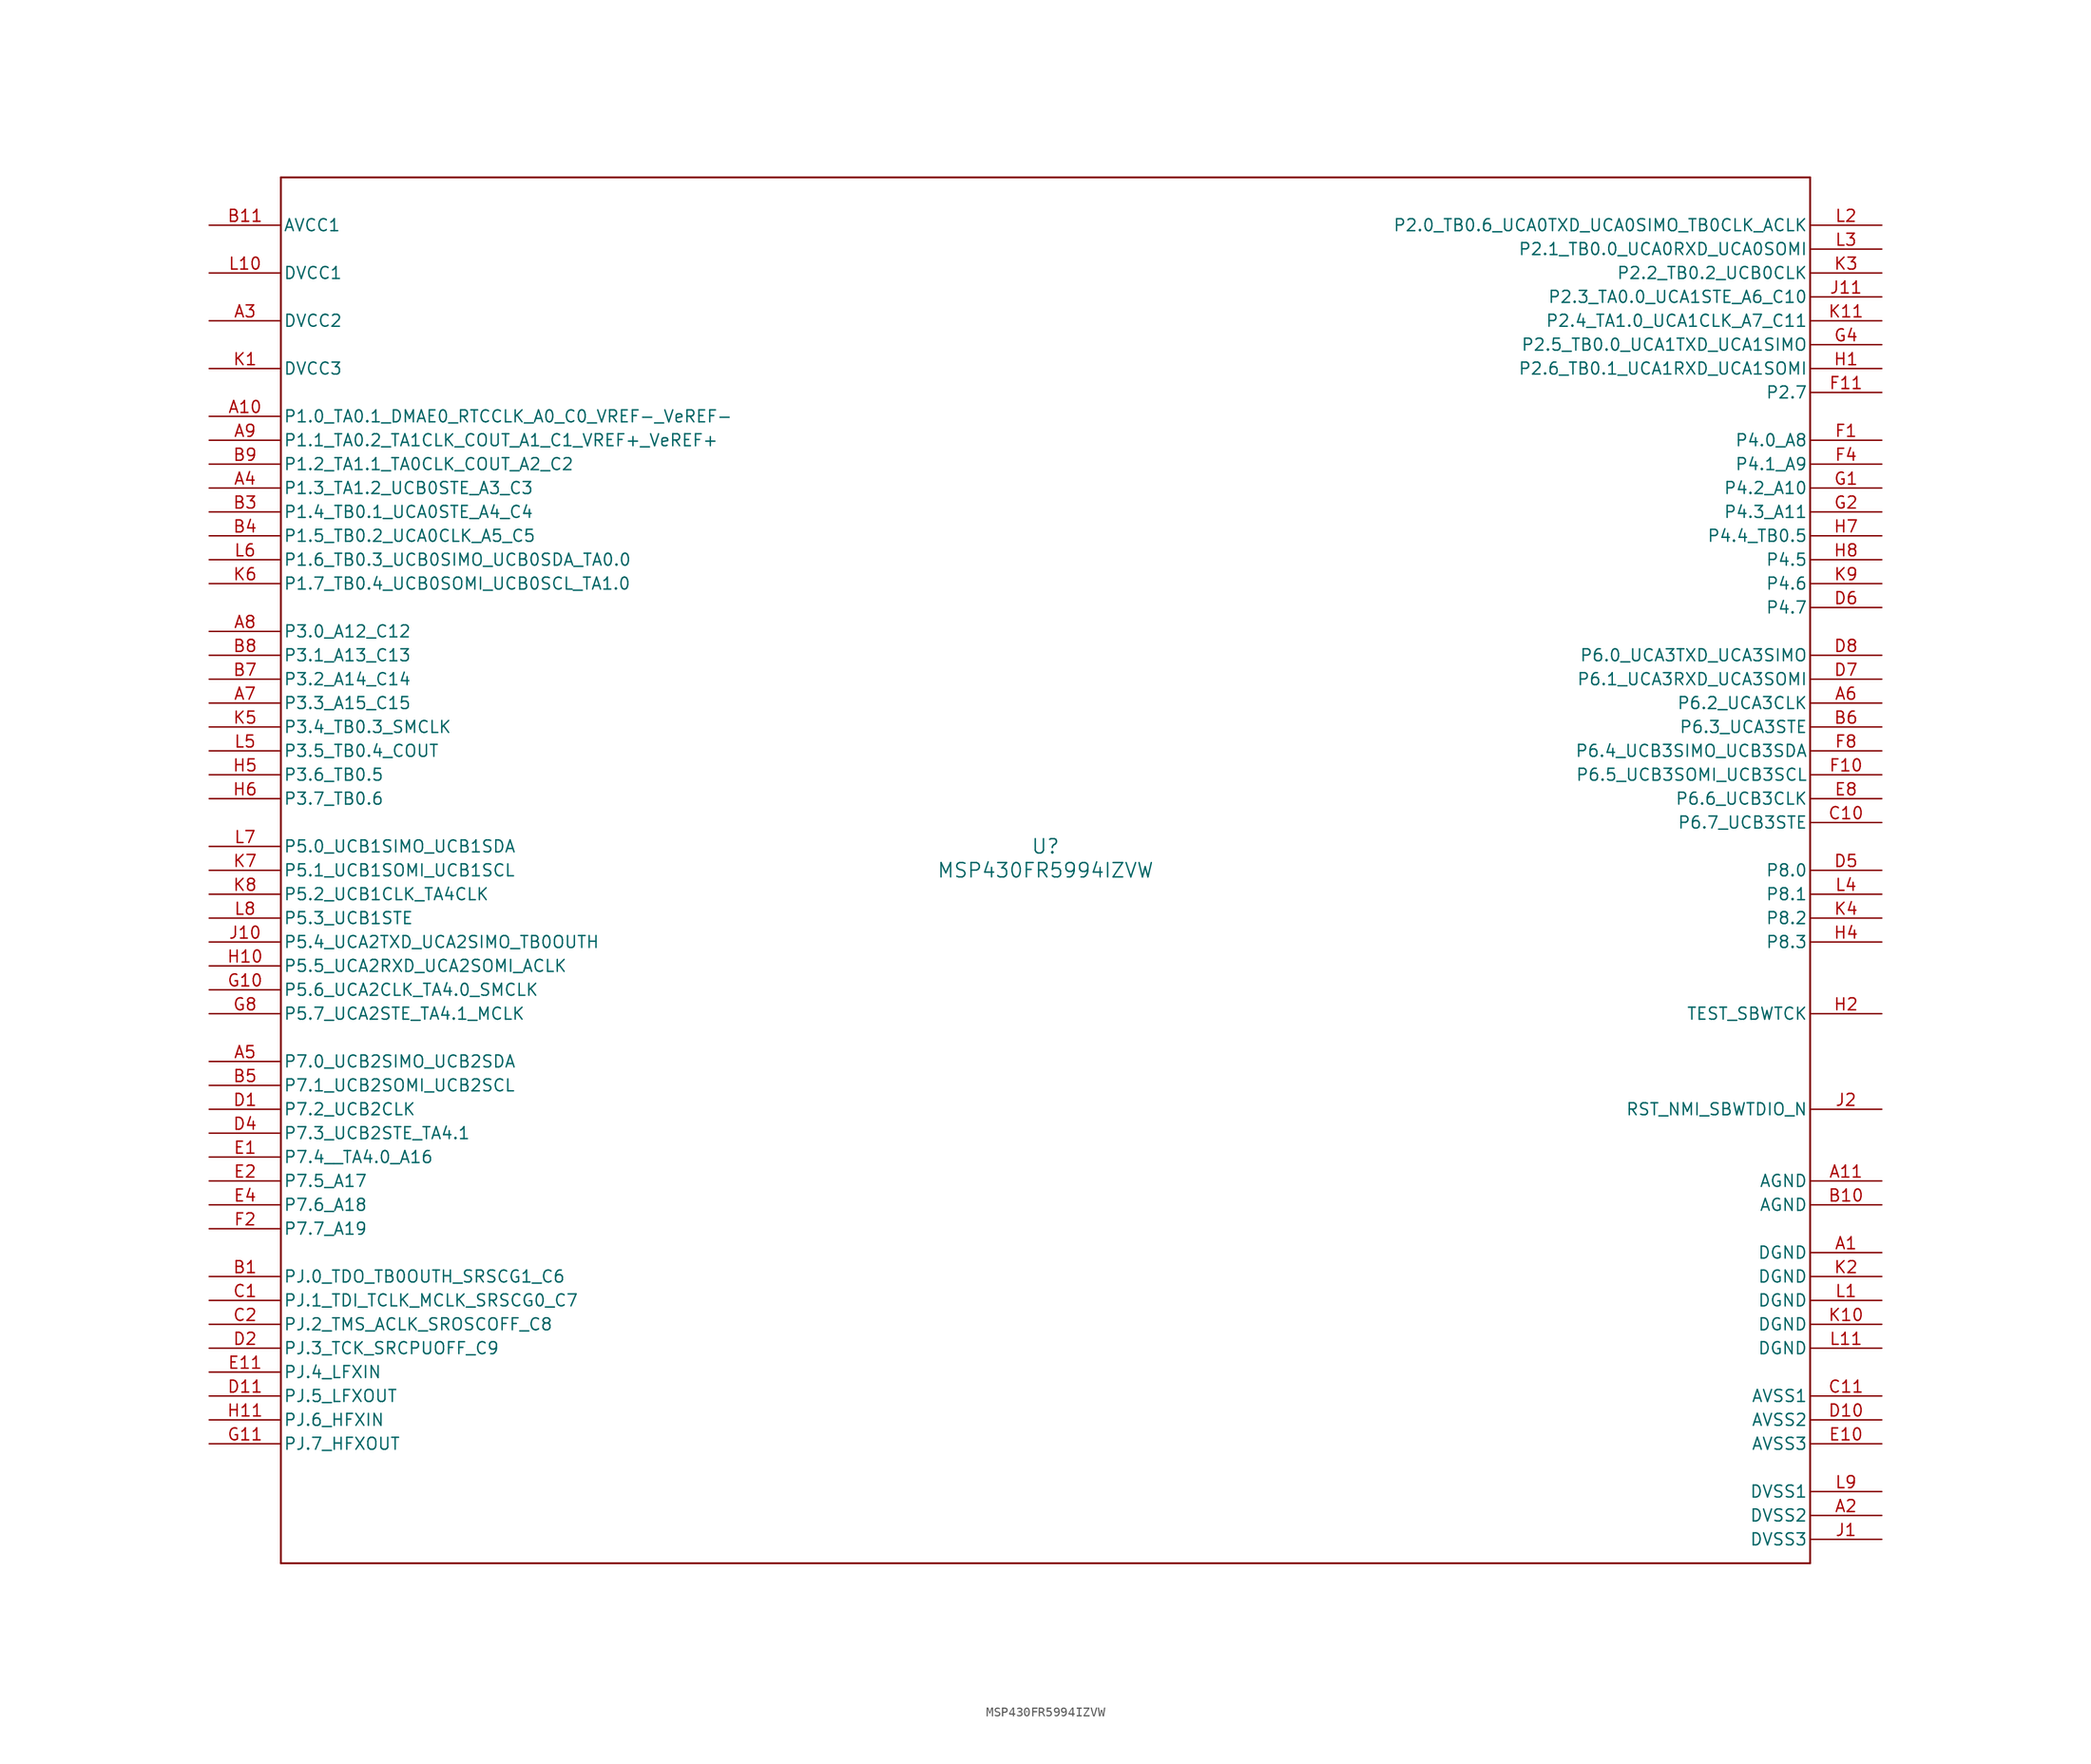
<source format=kicad_sym>
(kicad_symbol_lib
  (version 20211014)
  (generator kicad_symbol_editor)
  (symbol "MSP430FR5994IZVW"
    (pin_names
      (offset 0.254))
    (property "Reference" "U"
      (at 0 2.54 0)
      (effects (font (size 1.524 1.524))))
    (property "Value" "MSP430FR5994IZVW"
      (at 0 0 0)
      (effects (font (size 1.524 1.524))))
    (symbol "MSP430FR5994IZVW_0_1"
      (polyline (pts (xy -81.28 -73.66) (xy 81.28 -73.66)) (stroke (width 0.203) (type default) (color 0 0 0 0)) (fill (type none)))
      (polyline (pts (xy 81.28 -73.66) (xy 81.28 73.66)) (stroke (width 0.203) (type default) (color 0 0 0 0)) (fill (type none)))
      (polyline (pts (xy 81.28 73.66) (xy -81.28 73.66)) (stroke (width 0.203) (type default) (color 0 0 0 0)) (fill (type none)))
      (polyline (pts (xy -81.28 73.66) (xy -81.28 -73.66)) (stroke (width 0.203) (type default) (color 0 0 0 0)) (fill (type none)))
      (pin power_in line (at 88.9 -40.64 180) (length 7.62) (name "DGND" (effects (font (size 1.27 1.27)))) (number "A1" (effects (font (size 1.27 1.27)))))
      (pin power_in line (at 88.9 -68.58 180) (length 7.62) (name "DVSS2" (effects (font (size 1.27 1.27)))) (number "A2" (effects (font (size 1.27 1.27)))))
      (pin power_in line (at -88.9 58.42 0) (length 7.62) (name "DVCC2" (effects (font (size 1.27 1.27)))) (number "A3" (effects (font (size 1.27 1.27)))))
      (pin bidirectional line (at -88.9 40.64 0) (length 7.62) (name "P1.3_TA1.2_UCB0STE_A3_C3" (effects (font (size 1.27 1.27)))) (number "A4" (effects (font (size 1.27 1.27)))))
      (pin bidirectional line (at -88.9 -20.32 0) (length 7.62) (name "P7.0_UCB2SIMO_UCB2SDA" (effects (font (size 1.27 1.27)))) (number "A5" (effects (font (size 1.27 1.27)))))
      (pin bidirectional line (at 88.9 17.78 180) (length 7.62) (name "P6.2_UCA3CLK" (effects (font (size 1.27 1.27)))) (number "A6" (effects (font (size 1.27 1.27)))))
      (pin bidirectional line (at -88.9 17.78 0) (length 7.62) (name "P3.3_A15_C15" (effects (font (size 1.27 1.27)))) (number "A7" (effects (font (size 1.27 1.27)))))
      (pin bidirectional line (at -88.9 25.4 0) (length 7.62) (name "P3.0_A12_C12" (effects (font (size 1.27 1.27)))) (number "A8" (effects (font (size 1.27 1.27)))))
      (pin bidirectional line (at -88.9 45.72 0) (length 7.62) (name "P1.1_TA0.2_TA1CLK_COUT_A1_C1_VREF+_VeREF+" (effects (font (size 1.27 1.27)))) (number "A9" (effects (font (size 1.27 1.27)))))
      (pin bidirectional line (at -88.9 48.26 0) (length 7.62) (name "P1.0_TA0.1_DMAE0_RTCCLK_A0_C0_VREF-_VeREF-" (effects (font (size 1.27 1.27)))) (number "A10" (effects (font (size 1.27 1.27)))))
      (pin power_in line (at 88.9 -33.02 180) (length 7.62) (name "AGND" (effects (font (size 1.27 1.27)))) (number "A11" (effects (font (size 1.27 1.27)))))
      (pin bidirectional line (at -88.9 -43.18 0) (length 7.62) (name "PJ.0_TDO_TB0OUTH_SRSCG1_C6" (effects (font (size 1.27 1.27)))) (number "B1" (effects (font (size 1.27 1.27)))))
      (pin bidirectional line (at -88.9 38.1 0) (length 7.62) (name "P1.4_TB0.1_UCA0STE_A4_C4" (effects (font (size 1.27 1.27)))) (number "B3" (effects (font (size 1.27 1.27)))))
      (pin bidirectional line (at -88.9 35.56 0) (length 7.62) (name "P1.5_TB0.2_UCA0CLK_A5_C5" (effects (font (size 1.27 1.27)))) (number "B4" (effects (font (size 1.27 1.27)))))
      (pin bidirectional line (at -88.9 -22.86 0) (length 7.62) (name "P7.1_UCB2SOMI_UCB2SCL" (effects (font (size 1.27 1.27)))) (number "B5" (effects (font (size 1.27 1.27)))))
      (pin bidirectional line (at 88.9 15.24 180) (length 7.62) (name "P6.3_UCA3STE" (effects (font (size 1.27 1.27)))) (number "B6" (effects (font (size 1.27 1.27)))))
      (pin bidirectional line (at -88.9 20.32 0) (length 7.62) (name "P3.2_A14_C14" (effects (font (size 1.27 1.27)))) (number "B7" (effects (font (size 1.27 1.27)))))
      (pin bidirectional line (at -88.9 22.86 0) (length 7.62) (name "P3.1_A13_C13" (effects (font (size 1.27 1.27)))) (number "B8" (effects (font (size 1.27 1.27)))))
      (pin bidirectional line (at -88.9 43.18 0) (length 7.62) (name "P1.2_TA1.1_TA0CLK_COUT_A2_C2" (effects (font (size 1.27 1.27)))) (number "B9" (effects (font (size 1.27 1.27)))))
      (pin power_in line (at 88.9 -35.56 180) (length 7.62) (name "AGND" (effects (font (size 1.27 1.27)))) (number "B10" (effects (font (size 1.27 1.27)))))
      (pin power_in line (at -88.9 68.58 0) (length 7.62) (name "AVCC1" (effects (font (size 1.27 1.27)))) (number "B11" (effects (font (size 1.27 1.27)))))
      (pin bidirectional line (at -88.9 -45.72 0) (length 7.62) (name "PJ.1_TDI_TCLK_MCLK_SRSCG0_C7" (effects (font (size 1.27 1.27)))) (number "C1" (effects (font (size 1.27 1.27)))))
      (pin bidirectional line (at -88.9 -48.26 0) (length 7.62) (name "PJ.2_TMS_ACLK_SROSCOFF_C8" (effects (font (size 1.27 1.27)))) (number "C2" (effects (font (size 1.27 1.27)))))
      (pin bidirectional line (at 88.9 5.08 180) (length 7.62) (name "P6.7_UCB3STE" (effects (font (size 1.27 1.27)))) (number "C10" (effects (font (size 1.27 1.27)))))
      (pin power_in line (at 88.9 -55.88 180) (length 7.62) (name "AVSS1" (effects (font (size 1.27 1.27)))) (number "C11" (effects (font (size 1.27 1.27)))))
      (pin bidirectional line (at -88.9 -25.4 0) (length 7.62) (name "P7.2_UCB2CLK" (effects (font (size 1.27 1.27)))) (number "D1" (effects (font (size 1.27 1.27)))))
      (pin bidirectional line (at -88.9 -50.8 0) (length 7.62) (name "PJ.3_TCK_SRCPUOFF_C9" (effects (font (size 1.27 1.27)))) (number "D2" (effects (font (size 1.27 1.27)))))
      (pin bidirectional line (at -88.9 -27.94 0) (length 7.62) (name "P7.3_UCB2STE_TA4.1" (effects (font (size 1.27 1.27)))) (number "D4" (effects (font (size 1.27 1.27)))))
      (pin bidirectional line (at 88.9 0 180) (length 7.62) (name "P8.0" (effects (font (size 1.27 1.27)))) (number "D5" (effects (font (size 1.27 1.27)))))
      (pin bidirectional line (at 88.9 27.94 180) (length 7.62) (name "P4.7" (effects (font (size 1.27 1.27)))) (number "D6" (effects (font (size 1.27 1.27)))))
      (pin bidirectional line (at 88.9 20.32 180) (length 7.62) (name "P6.1_UCA3RXD_UCA3SOMI" (effects (font (size 1.27 1.27)))) (number "D7" (effects (font (size 1.27 1.27)))))
      (pin bidirectional line (at 88.9 22.86 180) (length 7.62) (name "P6.0_UCA3TXD_UCA3SIMO" (effects (font (size 1.27 1.27)))) (number "D8" (effects (font (size 1.27 1.27)))))
      (pin power_in line (at 88.9 -58.42 180) (length 7.62) (name "AVSS2" (effects (font (size 1.27 1.27)))) (number "D10" (effects (font (size 1.27 1.27)))))
      (pin bidirectional line (at -88.9 -55.88 0) (length 7.62) (name "PJ.5_LFXOUT" (effects (font (size 1.27 1.27)))) (number "D11" (effects (font (size 1.27 1.27)))))
      (pin bidirectional line (at -88.9 -30.48 0) (length 7.62) (name "P7.4__TA4.0_A16" (effects (font (size 1.27 1.27)))) (number "E1" (effects (font (size 1.27 1.27)))))
      (pin bidirectional line (at -88.9 -33.02 0) (length 7.62) (name "P7.5_A17" (effects (font (size 1.27 1.27)))) (number "E2" (effects (font (size 1.27 1.27)))))
      (pin bidirectional line (at -88.9 -35.56 0) (length 7.62) (name "P7.6_A18" (effects (font (size 1.27 1.27)))) (number "E4" (effects (font (size 1.27 1.27)))))
      (pin bidirectional line (at 88.9 7.62 180) (length 7.62) (name "P6.6_UCB3CLK" (effects (font (size 1.27 1.27)))) (number "E8" (effects (font (size 1.27 1.27)))))
      (pin power_in line (at 88.9 -60.96 180) (length 7.62) (name "AVSS3" (effects (font (size 1.27 1.27)))) (number "E10" (effects (font (size 1.27 1.27)))))
      (pin bidirectional line (at -88.9 -53.34 0) (length 7.62) (name "PJ.4_LFXIN" (effects (font (size 1.27 1.27)))) (number "E11" (effects (font (size 1.27 1.27)))))
      (pin bidirectional line (at 88.9 45.72 180) (length 7.62) (name "P4.0_A8" (effects (font (size 1.27 1.27)))) (number "F1" (effects (font (size 1.27 1.27)))))
      (pin bidirectional line (at -88.9 -38.1 0) (length 7.62) (name "P7.7_A19" (effects (font (size 1.27 1.27)))) (number "F2" (effects (font (size 1.27 1.27)))))
      (pin bidirectional line (at 88.9 43.18 180) (length 7.62) (name "P4.1_A9" (effects (font (size 1.27 1.27)))) (number "F4" (effects (font (size 1.27 1.27)))))
      (pin bidirectional line (at 88.9 12.7 180) (length 7.62) (name "P6.4_UCB3SIMO_UCB3SDA" (effects (font (size 1.27 1.27)))) (number "F8" (effects (font (size 1.27 1.27)))))
      (pin bidirectional line (at 88.9 10.16 180) (length 7.62) (name "P6.5_UCB3SOMI_UCB3SCL" (effects (font (size 1.27 1.27)))) (number "F10" (effects (font (size 1.27 1.27)))))
      (pin bidirectional line (at 88.9 50.8 180) (length 7.62) (name "P2.7" (effects (font (size 1.27 1.27)))) (number "F11" (effects (font (size 1.27 1.27)))))
      (pin bidirectional line (at 88.9 40.64 180) (length 7.62) (name "P4.2_A10" (effects (font (size 1.27 1.27)))) (number "G1" (effects (font (size 1.27 1.27)))))
      (pin bidirectional line (at 88.9 38.1 180) (length 7.62) (name "P4.3_A11" (effects (font (size 1.27 1.27)))) (number "G2" (effects (font (size 1.27 1.27)))))
      (pin bidirectional line (at 88.9 55.88 180) (length 7.62) (name "P2.5_TB0.0_UCA1TXD_UCA1SIMO" (effects (font (size 1.27 1.27)))) (number "G4" (effects (font (size 1.27 1.27)))))
      (pin bidirectional line (at -88.9 -15.24 0) (length 7.62) (name "P5.7_UCA2STE_TA4.1_MCLK" (effects (font (size 1.27 1.27)))) (number "G8" (effects (font (size 1.27 1.27)))))
      (pin bidirectional line (at -88.9 -12.7 0) (length 7.62) (name "P5.6_UCA2CLK_TA4.0_SMCLK" (effects (font (size 1.27 1.27)))) (number "G10" (effects (font (size 1.27 1.27)))))
      (pin bidirectional line (at -88.9 -60.96 0) (length 7.62) (name "PJ.7_HFXOUT" (effects (font (size 1.27 1.27)))) (number "G11" (effects (font (size 1.27 1.27)))))
      (pin bidirectional line (at 88.9 53.34 180) (length 7.62) (name "P2.6_TB0.1_UCA1RXD_UCA1SOMI" (effects (font (size 1.27 1.27)))) (number "H1" (effects (font (size 1.27 1.27)))))
      (pin input line (at 88.9 -15.24 180) (length 7.62) (name "TEST_SBWTCK" (effects (font (size 1.27 1.27)))) (number "H2" (effects (font (size 1.27 1.27)))))
      (pin bidirectional line (at 88.9 -7.62 180) (length 7.62) (name "P8.3" (effects (font (size 1.27 1.27)))) (number "H4" (effects (font (size 1.27 1.27)))))
      (pin bidirectional line (at -88.9 10.16 0) (length 7.62) (name "P3.6_TB0.5" (effects (font (size 1.27 1.27)))) (number "H5" (effects (font (size 1.27 1.27)))))
      (pin bidirectional line (at -88.9 7.62 0) (length 7.62) (name "P3.7_TB0.6" (effects (font (size 1.27 1.27)))) (number "H6" (effects (font (size 1.27 1.27)))))
      (pin bidirectional line (at 88.9 35.56 180) (length 7.62) (name "P4.4_TB0.5" (effects (font (size 1.27 1.27)))) (number "H7" (effects (font (size 1.27 1.27)))))
      (pin bidirectional line (at 88.9 33.02 180) (length 7.62) (name "P4.5" (effects (font (size 1.27 1.27)))) (number "H8" (effects (font (size 1.27 1.27)))))
      (pin bidirectional line (at -88.9 -10.16 0) (length 7.62) (name "P5.5_UCA2RXD_UCA2SOMI_ACLK" (effects (font (size 1.27 1.27)))) (number "H10" (effects (font (size 1.27 1.27)))))
      (pin bidirectional line (at -88.9 -58.42 0) (length 7.62) (name "PJ.6_HFXIN" (effects (font (size 1.27 1.27)))) (number "H11" (effects (font (size 1.27 1.27)))))
      (pin power_in line (at 88.9 -71.12 180) (length 7.62) (name "DVSS3" (effects (font (size 1.27 1.27)))) (number "J1" (effects (font (size 1.27 1.27)))))
      (pin bidirectional line (at 88.9 -25.4 180) (length 7.62) (name "RST_NMI_SBWTDIO_N" (effects (font (size 1.27 1.27)))) (number "J2" (effects (font (size 1.27 1.27)))))
      (pin bidirectional line (at -88.9 -7.62 0) (length 7.62) (name "P5.4_UCA2TXD_UCA2SIMO_TB0OUTH" (effects (font (size 1.27 1.27)))) (number "J10" (effects (font (size 1.27 1.27)))))
      (pin bidirectional line (at 88.9 60.96 180) (length 7.62) (name "P2.3_TA0.0_UCA1STE_A6_C10" (effects (font (size 1.27 1.27)))) (number "J11" (effects (font (size 1.27 1.27)))))
      (pin power_in line (at -88.9 53.34 0) (length 7.62) (name "DVCC3" (effects (font (size 1.27 1.27)))) (number "K1" (effects (font (size 1.27 1.27)))))
      (pin power_in line (at 88.9 -43.18 180) (length 7.62) (name "DGND" (effects (font (size 1.27 1.27)))) (number "K2" (effects (font (size 1.27 1.27)))))
      (pin bidirectional line (at 88.9 63.5 180) (length 7.62) (name "P2.2_TB0.2_UCB0CLK" (effects (font (size 1.27 1.27)))) (number "K3" (effects (font (size 1.27 1.27)))))
      (pin bidirectional line (at 88.9 -5.08 180) (length 7.62) (name "P8.2" (effects (font (size 1.27 1.27)))) (number "K4" (effects (font (size 1.27 1.27)))))
      (pin bidirectional line (at -88.9 15.24 0) (length 7.62) (name "P3.4_TB0.3_SMCLK" (effects (font (size 1.27 1.27)))) (number "K5" (effects (font (size 1.27 1.27)))))
      (pin bidirectional line (at -88.9 30.48 0) (length 7.62) (name "P1.7_TB0.4_UCB0SOMI_UCB0SCL_TA1.0" (effects (font (size 1.27 1.27)))) (number "K6" (effects (font (size 1.27 1.27)))))
      (pin bidirectional line (at -88.9 0 0) (length 7.62) (name "P5.1_UCB1SOMI_UCB1SCL" (effects (font (size 1.27 1.27)))) (number "K7" (effects (font (size 1.27 1.27)))))
      (pin bidirectional line (at -88.9 -2.54 0) (length 7.62) (name "P5.2_UCB1CLK_TA4CLK" (effects (font (size 1.27 1.27)))) (number "K8" (effects (font (size 1.27 1.27)))))
      (pin bidirectional line (at 88.9 30.48 180) (length 7.62) (name "P4.6" (effects (font (size 1.27 1.27)))) (number "K9" (effects (font (size 1.27 1.27)))))
      (pin power_in line (at 88.9 -48.26 180) (length 7.62) (name "DGND" (effects (font (size 1.27 1.27)))) (number "K10" (effects (font (size 1.27 1.27)))))
      (pin bidirectional line (at 88.9 58.42 180) (length 7.62) (name "P2.4_TA1.0_UCA1CLK_A7_C11" (effects (font (size 1.27 1.27)))) (number "K11" (effects (font (size 1.27 1.27)))))
      (pin power_in line (at 88.9 -45.72 180) (length 7.62) (name "DGND" (effects (font (size 1.27 1.27)))) (number "L1" (effects (font (size 1.27 1.27)))))
      (pin bidirectional line (at 88.9 68.58 180) (length 7.62) (name "P2.0_TB0.6_UCA0TXD_UCA0SIMO_TB0CLK_ACLK" (effects (font (size 1.27 1.27)))) (number "L2" (effects (font (size 1.27 1.27)))))
      (pin bidirectional line (at 88.9 66.04 180) (length 7.62) (name "P2.1_TB0.0_UCA0RXD_UCA0SOMI" (effects (font (size 1.27 1.27)))) (number "L3" (effects (font (size 1.27 1.27)))))
      (pin bidirectional line (at 88.9 -2.54 180) (length 7.62) (name "P8.1" (effects (font (size 1.27 1.27)))) (number "L4" (effects (font (size 1.27 1.27)))))
      (pin bidirectional line (at -88.9 12.7 0) (length 7.62) (name "P3.5_TB0.4_COUT" (effects (font (size 1.27 1.27)))) (number "L5" (effects (font (size 1.27 1.27)))))
      (pin bidirectional line (at -88.9 33.02 0) (length 7.62) (name "P1.6_TB0.3_UCB0SIMO_UCB0SDA_TA0.0" (effects (font (size 1.27 1.27)))) (number "L6" (effects (font (size 1.27 1.27)))))
      (pin bidirectional line (at -88.9 2.54 0) (length 7.62) (name "P5.0_UCB1SIMO_UCB1SDA" (effects (font (size 1.27 1.27)))) (number "L7" (effects (font (size 1.27 1.27)))))
      (pin bidirectional line (at -88.9 -5.08 0) (length 7.62) (name "P5.3_UCB1STE" (effects (font (size 1.27 1.27)))) (number "L8" (effects (font (size 1.27 1.27)))))
      (pin power_in line (at 88.9 -66.04 180) (length 7.62) (name "DVSS1" (effects (font (size 1.27 1.27)))) (number "L9" (effects (font (size 1.27 1.27)))))
      (pin power_in line (at -88.9 63.5 0) (length 7.62) (name "DVCC1" (effects (font (size 1.27 1.27)))) (number "L10" (effects (font (size 1.27 1.27)))))
      (pin power_in line (at 88.9 -50.8 180) (length 7.62) (name "DGND" (effects (font (size 1.27 1.27)))) (number "L11" (effects (font (size 1.27 1.27))))))))
</source>
